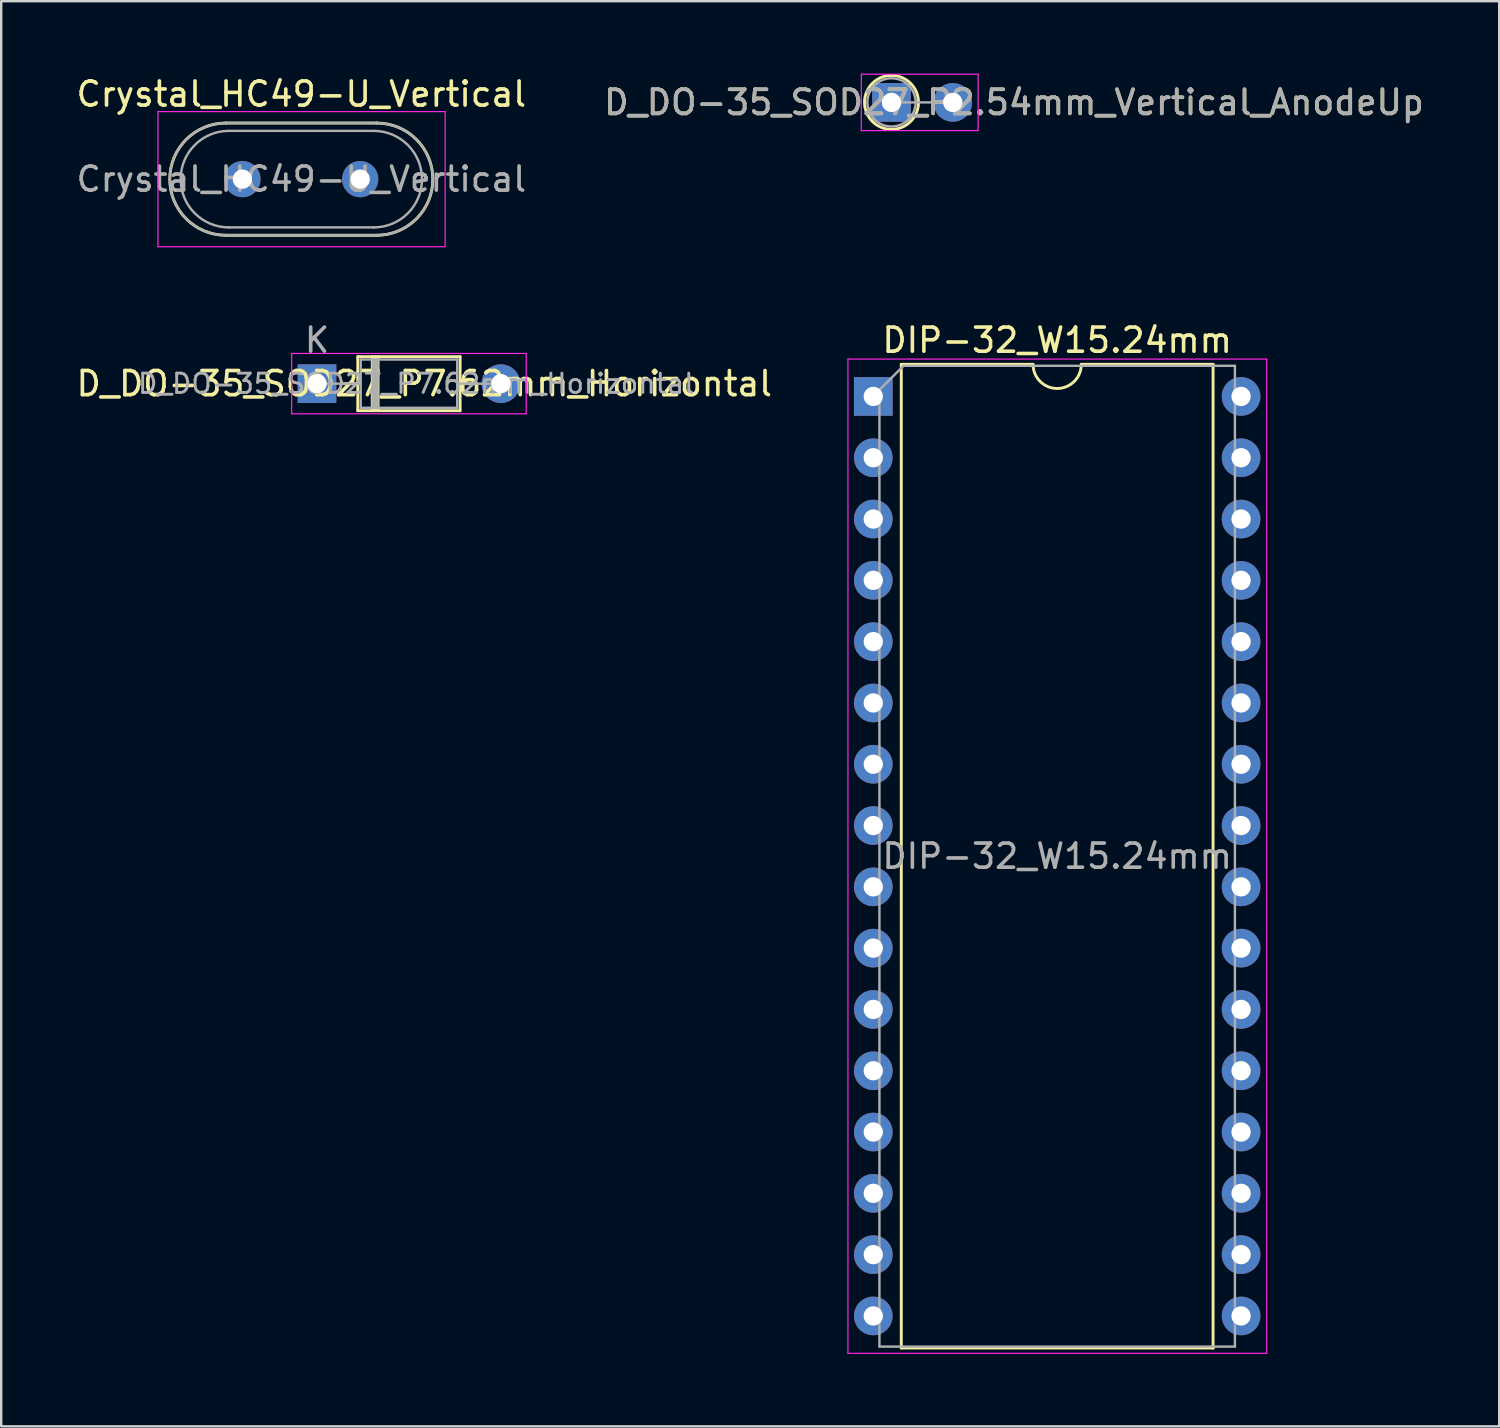
<source format=kicad_pcb>
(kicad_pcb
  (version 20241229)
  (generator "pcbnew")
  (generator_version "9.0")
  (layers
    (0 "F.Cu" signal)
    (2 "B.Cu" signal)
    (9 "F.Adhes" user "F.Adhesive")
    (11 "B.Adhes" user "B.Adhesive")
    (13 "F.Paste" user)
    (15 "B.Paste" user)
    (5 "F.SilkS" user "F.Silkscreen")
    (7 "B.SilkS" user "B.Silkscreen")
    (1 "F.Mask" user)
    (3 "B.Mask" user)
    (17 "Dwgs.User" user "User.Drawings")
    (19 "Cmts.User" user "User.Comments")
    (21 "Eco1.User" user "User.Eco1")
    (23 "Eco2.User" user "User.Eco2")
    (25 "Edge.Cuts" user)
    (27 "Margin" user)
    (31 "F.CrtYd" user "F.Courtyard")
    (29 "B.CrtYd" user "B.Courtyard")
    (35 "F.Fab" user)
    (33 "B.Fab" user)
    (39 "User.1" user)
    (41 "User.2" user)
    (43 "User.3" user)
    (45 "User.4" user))
  (footprint "D_DO-35_SOD27_P2.54mm_Vertical_AnodeUp"
    (layer "F.Cu")
    (at 33.89 1.193)
    (property "Reference" "D_DO-35_SOD27_P2.54mm_Vertical_AnodeUp" (at 5.08 0 0) (layer "F.SilkS") (effects (font (size 1 1) (thickness 0.15))))
    (attr through_hole)
    (fp_circle (center 0 0) (end 1.118 0) (stroke (width 0.12) (type solid)) (fill no) (layer "F.SilkS"))
    (fp_line (start -1.252 1.168) (end 3.588 1.168) (stroke (width 0.05) (type solid)) (layer "F.CrtYd"))
    (fp_line (start -1.25 -1.168) (end -1.252 1.168) (stroke (width 0.05) (type solid)) (layer "F.CrtYd"))
    (fp_line (start 3.588 1.168) (end 3.59 -1.168) (stroke (width 0.05) (type solid)) (layer "F.CrtYd"))
    (fp_line (start 3.59 -1.168) (end -1.25 -1.168) (stroke (width 0.05) (type solid)) (layer "F.CrtYd"))
    (fp_line (start 0 0) (end 2.54 0) (stroke (width 0.1) (type solid)) (layer "F.Fab"))
    (fp_circle (center 0 0) (end 1 0) (stroke (width 0.1) (type solid)) (fill no) (layer "F.Fab"))
    (fp_text user "${REFERENCE}" (at 5.08 0 0) (layer "F.Fab") (effects (font (size 1 1) (thickness 0.15))))
    (pad "1" thru_hole rect (at 0 0) (size 1.6 1.6) (drill 0.8) (layers "*.Cu" "*.Mask"))
    (pad "2" thru_hole oval (at 2.54 0) (size 1.6 1.6) (drill 0.8) (layers "*.Cu" "*.Mask")))
  (footprint "D_DO-35_SOD27_P7.62mm_Horizontal"
    (layer "F.Cu")
    (at 10.085 12.847)
    (property "Reference" "D_DO-35_SOD27_P7.62mm_Horizontal" (at 4.445 0 0) (layer "F.SilkS") (effects (font (size 1 1) (thickness 0.15))))
    (attr through_hole)
    (fp_line (start 1.04 0) (end 1.69 0) (stroke (width 0.12) (type solid)) (layer "F.SilkS"))
    (fp_line (start 1.69 -1.12) (end 1.69 1.12) (stroke (width 0.12) (type solid)) (layer "F.SilkS"))
    (fp_line (start 1.69 1.12) (end 5.93 1.12) (stroke (width 0.12) (type solid)) (layer "F.SilkS"))
    (fp_line (start 2.29 -1.12) (end 2.29 1.12) (stroke (width 0.12) (type solid)) (layer "F.SilkS"))
    (fp_line (start 2.41 -1.12) (end 2.41 1.12) (stroke (width 0.12) (type solid)) (layer "F.SilkS"))
    (fp_line (start 2.53 -1.12) (end 2.53 1.12) (stroke (width 0.12) (type solid)) (layer "F.SilkS"))
    (fp_line (start 5.93 -1.12) (end 1.69 -1.12) (stroke (width 0.12) (type solid)) (layer "F.SilkS"))
    (fp_line (start 5.93 1.12) (end 5.93 -1.12) (stroke (width 0.12) (type solid)) (layer "F.SilkS"))
    (fp_line (start 6.58 0) (end 5.93 0) (stroke (width 0.12) (type solid)) (layer "F.SilkS"))
    (fp_line (start -1.05 -1.25) (end -1.05 1.25) (stroke (width 0.05) (type solid)) (layer "F.CrtYd"))
    (fp_line (start -1.05 1.25) (end 8.67 1.25) (stroke (width 0.05) (type solid)) (layer "F.CrtYd"))
    (fp_line (start 8.67 -1.25) (end -1.05 -1.25) (stroke (width 0.05) (type solid)) (layer "F.CrtYd"))
    (fp_line (start 8.67 1.25) (end 8.67 -1.25) (stroke (width 0.05) (type solid)) (layer "F.CrtYd"))
    (fp_line (start 0 0) (end 1.81 0) (stroke (width 0.1) (type solid)) (layer "F.Fab"))
    (fp_line (start 1.81 -1) (end 1.81 1) (stroke (width 0.1) (type solid)) (layer "F.Fab"))
    (fp_line (start 1.81 1) (end 5.81 1) (stroke (width 0.1) (type solid)) (layer "F.Fab"))
    (fp_line (start 2.31 -1) (end 2.31 1) (stroke (width 0.1) (type solid)) (layer "F.Fab"))
    (fp_line (start 2.41 -1) (end 2.41 1) (stroke (width 0.1) (type solid)) (layer "F.Fab"))
    (fp_line (start 2.51 -1) (end 2.51 1) (stroke (width 0.1) (type solid)) (layer "F.Fab"))
    (fp_line (start 5.81 -1) (end 1.81 -1) (stroke (width 0.1) (type solid)) (layer "F.Fab"))
    (fp_line (start 5.81 1) (end 5.81 -1) (stroke (width 0.1) (type solid)) (layer "F.Fab"))
    (fp_line (start 7.62 0) (end 5.81 0) (stroke (width 0.1) (type solid)) (layer "F.Fab"))
    (fp_text user "K" (at 0 -1.8 0) (layer "F.Fab") (effects (font (size 1 1) (thickness 0.15))))
    (fp_text user "${REFERENCE}" (at 4.11 0 0) (layer "F.Fab") (effects (font (size 0.8 0.8) (thickness 0.12))))
    (pad "1" thru_hole rect (at 0 0) (size 1.6 1.6) (drill 0.8) (layers "*.Cu" "*.Mask"))
    (pad "2" thru_hole oval (at 7.62 0) (size 1.6 1.6) (drill 0.8) (layers "*.Cu" "*.Mask")))
  (footprint "Crystal_HC49-U_Vertical"
    (layer "F.Cu")
    (at 6.995 4.373)
    (property "Reference" "Crystal_HC49-U_Vertical" (at 2.44 -3.525 0) (layer "F.SilkS") (effects (font (size 1 1) (thickness 0.15))))
    (attr through_hole)
    (fp_line (start -0.685 -2.325) (end 5.565 -2.325) (stroke (width 0.12) (type solid)) (layer "F.SilkS"))
    (fp_line (start -0.685 2.325) (end 5.565 2.325) (stroke (width 0.12) (type solid)) (layer "F.SilkS"))
    (fp_arc (start -0.685 2.325) (mid -3.01 0) (end -0.685 -2.325) (stroke (width 0.12) (type solid)) (layer "F.SilkS"))
    (fp_arc (start 5.565 -2.325) (mid 7.89 0) (end 5.565 2.325) (stroke (width 0.12) (type solid)) (layer "F.SilkS"))
    (fp_line (start -3.5 -2.8) (end -3.5 2.8) (stroke (width 0.05) (type solid)) (layer "F.CrtYd"))
    (fp_line (start -3.5 2.8) (end 8.4 2.8) (stroke (width 0.05) (type solid)) (layer "F.CrtYd"))
    (fp_line (start 8.4 -2.8) (end -3.5 -2.8) (stroke (width 0.05) (type solid)) (layer "F.CrtYd"))
    (fp_line (start 8.4 2.8) (end 8.4 -2.8) (stroke (width 0.05) (type solid)) (layer "F.CrtYd"))
    (fp_line (start -0.685 -2.325) (end 5.565 -2.325) (stroke (width 0.1) (type solid)) (layer "F.Fab"))
    (fp_line (start -0.685 2.325) (end 5.565 2.325) (stroke (width 0.1) (type solid)) (layer "F.Fab"))
    (fp_line (start -0.56 -2) (end 5.44 -2) (stroke (width 0.1) (type solid)) (layer "F.Fab"))
    (fp_line (start -0.56 2) (end 5.44 2) (stroke (width 0.1) (type solid)) (layer "F.Fab"))
    (fp_arc (start -0.685 2.325) (mid -3.01 0) (end -0.685 -2.325) (stroke (width 0.1) (type solid)) (layer "F.Fab"))
    (fp_arc (start -0.56 2) (mid -2.56 0) (end -0.56 -2) (stroke (width 0.1) (type solid)) (layer "F.Fab"))
    (fp_arc (start 5.44 -2) (mid 7.44 0) (end 5.44 2) (stroke (width 0.1) (type solid)) (layer "F.Fab"))
    (fp_arc (start 5.565 -2.325) (mid 7.89 0) (end 5.565 2.325) (stroke (width 0.1) (type solid)) (layer "F.Fab"))
    (fp_text user "${REFERENCE}" (at 2.44 0 0) (layer "F.Fab") (effects (font (size 1 1) (thickness 0.15))))
    (pad "1" thru_hole circle (at 0 0) (size 1.5 1.5) (drill 0.8) (layers "*.Cu" "*.Mask"))
    (pad "2" thru_hole circle (at 4.88 0) (size 1.5 1.5) (drill 0.8) (layers "*.Cu" "*.Mask")))
  (footprint "DIP-32_W15.24mm"
    (layer "F.Cu")
    (at 33.135 13.377)
    (property "Reference" "DIP-32_W15.24mm" (at 7.62 -2.33 0) (layer "F.SilkS") (effects (font (size 1 1) (thickness 0.15))))
    (attr through_hole)
    (fp_line (start 1.16 -1.33) (end 1.16 39.43) (stroke (width 0.12) (type solid)) (layer "F.SilkS"))
    (fp_line (start 1.16 39.43) (end 14.08 39.43) (stroke (width 0.12) (type solid)) (layer "F.SilkS"))
    (fp_line (start 6.62 -1.33) (end 1.16 -1.33) (stroke (width 0.12) (type solid)) (layer "F.SilkS"))
    (fp_line (start 14.08 -1.33) (end 8.62 -1.33) (stroke (width 0.12) (type solid)) (layer "F.SilkS"))
    (fp_line (start 14.08 39.43) (end 14.08 -1.33) (stroke (width 0.12) (type solid)) (layer "F.SilkS"))
    (fp_arc (start 8.62 -1.33) (mid 7.62 -0.33) (end 6.62 -1.33) (stroke (width 0.12) (type solid)) (layer "F.SilkS"))
    (fp_line (start -1.05 -1.55) (end -1.05 39.65) (stroke (width 0.05) (type solid)) (layer "F.CrtYd"))
    (fp_line (start -1.05 39.65) (end 16.3 39.65) (stroke (width 0.05) (type solid)) (layer "F.CrtYd"))
    (fp_line (start 16.3 -1.55) (end -1.05 -1.55) (stroke (width 0.05) (type solid)) (layer "F.CrtYd"))
    (fp_line (start 16.3 39.65) (end 16.3 -1.55) (stroke (width 0.05) (type solid)) (layer "F.CrtYd"))
    (fp_line (start 0.255 -0.27) (end 1.255 -1.27) (stroke (width 0.1) (type solid)) (layer "F.Fab"))
    (fp_line (start 0.255 39.37) (end 0.255 -0.27) (stroke (width 0.1) (type solid)) (layer "F.Fab"))
    (fp_line (start 1.255 -1.27) (end 14.985 -1.27) (stroke (width 0.1) (type solid)) (layer "F.Fab"))
    (fp_line (start 14.985 -1.27) (end 14.985 39.37) (stroke (width 0.1) (type solid)) (layer "F.Fab"))
    (fp_line (start 14.985 39.37) (end 0.255 39.37) (stroke (width 0.1) (type solid)) (layer "F.Fab"))
    (fp_text user "${REFERENCE}" (at 7.62 19.05 0) (layer "F.Fab") (effects (font (size 1 1) (thickness 0.15))))
    (pad "1" thru_hole rect (at 0 0) (size 1.6 1.6) (drill 0.8) (layers "*.Cu" "*.Mask"))
    (pad "2" thru_hole oval (at 0 2.54) (size 1.6 1.6) (drill 0.8) (layers "*.Cu" "*.Mask"))
    (pad "3" thru_hole oval (at 0 5.08) (size 1.6 1.6) (drill 0.8) (layers "*.Cu" "*.Mask"))
    (pad "4" thru_hole oval (at 0 7.62) (size 1.6 1.6) (drill 0.8) (layers "*.Cu" "*.Mask"))
    (pad "5" thru_hole oval (at 0 10.16) (size 1.6 1.6) (drill 0.8) (layers "*.Cu" "*.Mask"))
    (pad "6" thru_hole oval (at 0 12.7) (size 1.6 1.6) (drill 0.8) (layers "*.Cu" "*.Mask"))
    (pad "7" thru_hole oval (at 0 15.24) (size 1.6 1.6) (drill 0.8) (layers "*.Cu" "*.Mask"))
    (pad "8" thru_hole oval (at 0 17.78) (size 1.6 1.6) (drill 0.8) (layers "*.Cu" "*.Mask"))
    (pad "9" thru_hole oval (at 0 20.32) (size 1.6 1.6) (drill 0.8) (layers "*.Cu" "*.Mask"))
    (pad "10" thru_hole oval (at 0 22.86) (size 1.6 1.6) (drill 0.8) (layers "*.Cu" "*.Mask"))
    (pad "11" thru_hole oval (at 0 25.4) (size 1.6 1.6) (drill 0.8) (layers "*.Cu" "*.Mask"))
    (pad "12" thru_hole oval (at 0 27.94) (size 1.6 1.6) (drill 0.8) (layers "*.Cu" "*.Mask"))
    (pad "13" thru_hole oval (at 0 30.48) (size 1.6 1.6) (drill 0.8) (layers "*.Cu" "*.Mask"))
    (pad "14" thru_hole oval (at 0 33.02) (size 1.6 1.6) (drill 0.8) (layers "*.Cu" "*.Mask"))
    (pad "15" thru_hole oval (at 0 35.56) (size 1.6 1.6) (drill 0.8) (layers "*.Cu" "*.Mask"))
    (pad "16" thru_hole oval (at 0 38.1) (size 1.6 1.6) (drill 0.8) (layers "*.Cu" "*.Mask"))
    (pad "17" thru_hole oval (at 15.24 38.1) (size 1.6 1.6) (drill 0.8) (layers "*.Cu" "*.Mask"))
    (pad "18" thru_hole oval (at 15.24 35.56) (size 1.6 1.6) (drill 0.8) (layers "*.Cu" "*.Mask"))
    (pad "19" thru_hole oval (at 15.24 33.02) (size 1.6 1.6) (drill 0.8) (layers "*.Cu" "*.Mask"))
    (pad "20" thru_hole oval (at 15.24 30.48) (size 1.6 1.6) (drill 0.8) (layers "*.Cu" "*.Mask"))
    (pad "21" thru_hole oval (at 15.24 27.94) (size 1.6 1.6) (drill 0.8) (layers "*.Cu" "*.Mask"))
    (pad "22" thru_hole oval (at 15.24 25.4) (size 1.6 1.6) (drill 0.8) (layers "*.Cu" "*.Mask"))
    (pad "23" thru_hole oval (at 15.24 22.86) (size 1.6 1.6) (drill 0.8) (layers "*.Cu" "*.Mask"))
    (pad "24" thru_hole oval (at 15.24 20.32) (size 1.6 1.6) (drill 0.8) (layers "*.Cu" "*.Mask"))
    (pad "25" thru_hole oval (at 15.24 17.78) (size 1.6 1.6) (drill 0.8) (layers "*.Cu" "*.Mask"))
    (pad "26" thru_hole oval (at 15.24 15.24) (size 1.6 1.6) (drill 0.8) (layers "*.Cu" "*.Mask"))
    (pad "27" thru_hole oval (at 15.24 12.7) (size 1.6 1.6) (drill 0.8) (layers "*.Cu" "*.Mask"))
    (pad "28" thru_hole oval (at 15.24 10.16) (size 1.6 1.6) (drill 0.8) (layers "*.Cu" "*.Mask"))
    (pad "29" thru_hole oval (at 15.24 7.62) (size 1.6 1.6) (drill 0.8) (layers "*.Cu" "*.Mask"))
    (pad "30" thru_hole oval (at 15.24 5.08) (size 1.6 1.6) (drill 0.8) (layers "*.Cu" "*.Mask"))
    (pad "31" thru_hole oval (at 15.24 2.54) (size 1.6 1.6) (drill 0.8) (layers "*.Cu" "*.Mask"))
    (pad "32" thru_hole oval (at 15.24 0) (size 1.6 1.6) (drill 0.8) (layers "*.Cu" "*.Mask")))
  (gr_rect
    (start -3 -3)
    (end 59.071 56.051)
    (stroke (width 0.1) (type default))
    (fill no)
    (layer "Edge.Cuts")))
</source>
